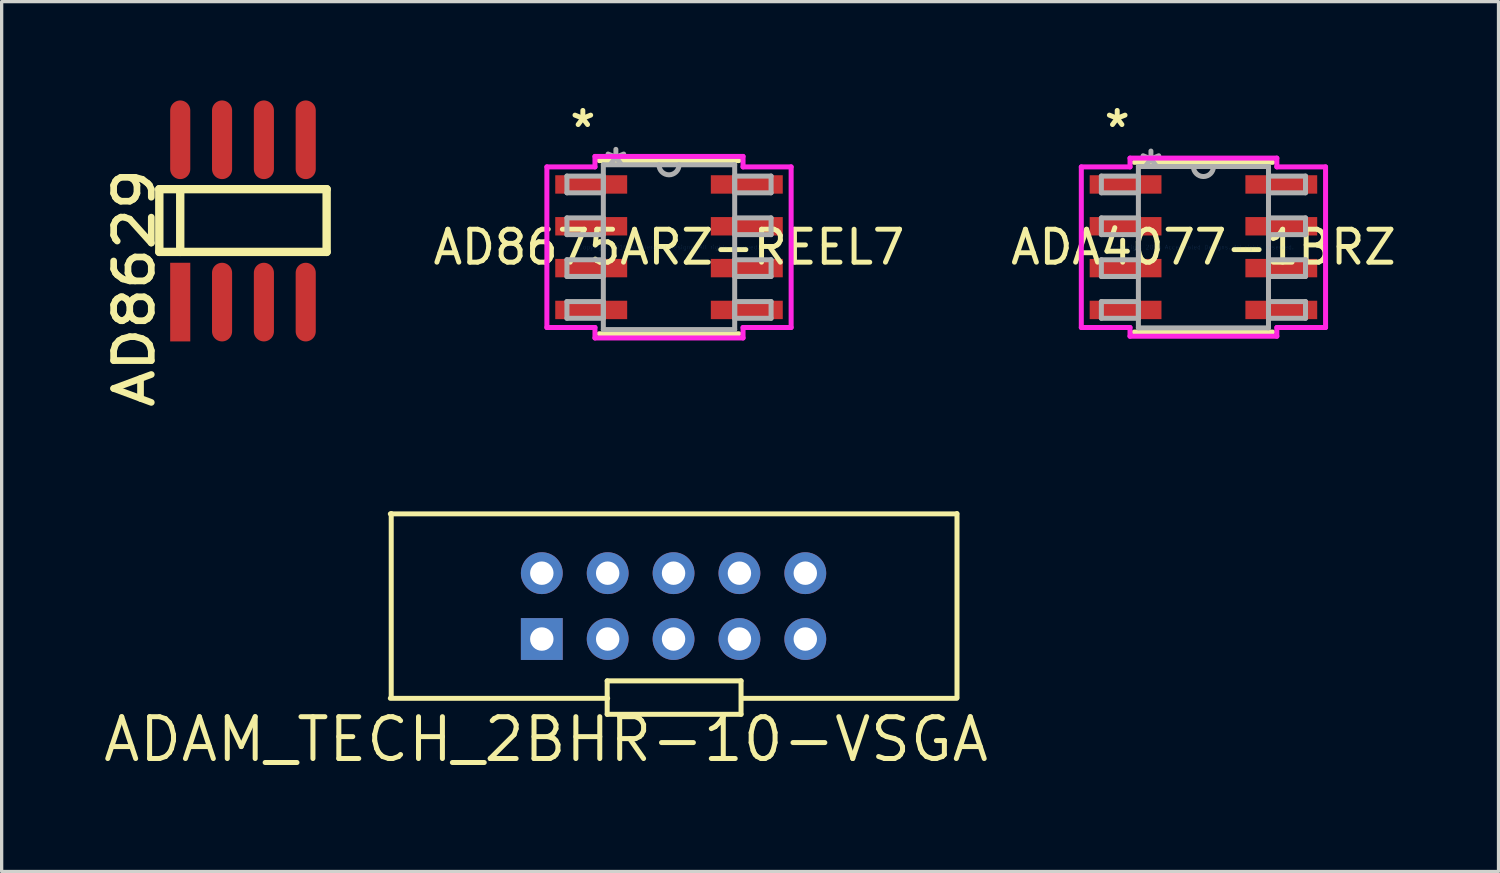
<source format=kicad_pcb>
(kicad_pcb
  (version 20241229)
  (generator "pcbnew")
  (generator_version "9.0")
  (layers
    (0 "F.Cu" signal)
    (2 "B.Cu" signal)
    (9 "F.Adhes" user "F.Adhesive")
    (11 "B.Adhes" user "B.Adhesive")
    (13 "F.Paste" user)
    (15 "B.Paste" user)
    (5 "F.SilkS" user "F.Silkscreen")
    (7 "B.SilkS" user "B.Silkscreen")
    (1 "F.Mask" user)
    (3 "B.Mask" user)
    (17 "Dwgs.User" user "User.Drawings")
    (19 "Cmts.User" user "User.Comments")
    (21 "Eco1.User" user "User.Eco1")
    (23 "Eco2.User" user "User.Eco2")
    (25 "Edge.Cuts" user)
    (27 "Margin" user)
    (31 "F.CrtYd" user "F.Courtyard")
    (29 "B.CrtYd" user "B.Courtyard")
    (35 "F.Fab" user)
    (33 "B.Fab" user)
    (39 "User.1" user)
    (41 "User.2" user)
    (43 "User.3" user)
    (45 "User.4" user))
  (footprint "AD8675ARZ-REEL7"
    (layer "F.Cu")
    (at 17.262 4.455)
    (property "Reference" "AD8675ARZ-REEL7" (at 0 0 0) (layer "F.SilkS") (effects (font (size 1 1) (thickness 0.15))))
    (attr through_hole)
    (fp_line (start -2.121 2.629) (end 2.121 2.629) (stroke (width 0.152) (type solid)) (layer "F.SilkS"))
    (fp_line (start 2.121 -2.629) (end -2.121 -2.629) (stroke (width 0.152) (type solid)) (layer "F.SilkS"))
    (fp_line (start -3.708 -2.438) (end -2.248 -2.438) (stroke (width 0.152) (type solid)) (layer "F.CrtYd"))
    (fp_line (start -3.708 2.438) (end -3.708 -2.438) (stroke (width 0.152) (type solid)) (layer "F.CrtYd"))
    (fp_line (start -2.248 -2.756) (end 2.248 -2.756) (stroke (width 0.152) (type solid)) (layer "F.CrtYd"))
    (fp_line (start -2.248 -2.438) (end -2.248 -2.756) (stroke (width 0.152) (type solid)) (layer "F.CrtYd"))
    (fp_line (start -2.248 2.438) (end -3.708 2.438) (stroke (width 0.152) (type solid)) (layer "F.CrtYd"))
    (fp_line (start -2.248 2.756) (end -2.248 2.438) (stroke (width 0.152) (type solid)) (layer "F.CrtYd"))
    (fp_line (start 2.248 -2.756) (end 2.248 -2.438) (stroke (width 0.152) (type solid)) (layer "F.CrtYd"))
    (fp_line (start 2.248 -2.438) (end 3.708 -2.438) (stroke (width 0.152) (type solid)) (layer "F.CrtYd"))
    (fp_line (start 2.248 2.438) (end 2.248 2.756) (stroke (width 0.152) (type solid)) (layer "F.CrtYd"))
    (fp_line (start 2.248 2.756) (end -2.248 2.756) (stroke (width 0.152) (type solid)) (layer "F.CrtYd"))
    (fp_line (start 3.708 -2.438) (end 3.708 2.438) (stroke (width 0.152) (type solid)) (layer "F.CrtYd"))
    (fp_line (start 3.708 2.438) (end 2.248 2.438) (stroke (width 0.152) (type solid)) (layer "F.CrtYd"))
    (fp_line (start -3.099 -2.159) (end -3.099 -1.651) (stroke (width 0.152) (type solid)) (layer "F.Fab"))
    (fp_line (start -3.099 -1.651) (end -1.994 -1.651) (stroke (width 0.152) (type solid)) (layer "F.Fab"))
    (fp_line (start -3.099 -0.889) (end -3.099 -0.381) (stroke (width 0.152) (type solid)) (layer "F.Fab"))
    (fp_line (start -3.099 -0.381) (end -1.994 -0.381) (stroke (width 0.152) (type solid)) (layer "F.Fab"))
    (fp_line (start -3.099 0.381) (end -3.099 0.889) (stroke (width 0.152) (type solid)) (layer "F.Fab"))
    (fp_line (start -3.099 0.889) (end -1.994 0.889) (stroke (width 0.152) (type solid)) (layer "F.Fab"))
    (fp_line (start -3.099 1.651) (end -3.099 2.159) (stroke (width 0.152) (type solid)) (layer "F.Fab"))
    (fp_line (start -3.099 2.159) (end -1.994 2.159) (stroke (width 0.152) (type solid)) (layer "F.Fab"))
    (fp_line (start -1.994 -2.502) (end -1.994 2.502) (stroke (width 0.152) (type solid)) (layer "F.Fab"))
    (fp_line (start -1.994 -2.159) (end -3.099 -2.159) (stroke (width 0.152) (type solid)) (layer "F.Fab"))
    (fp_line (start -1.994 -1.651) (end -1.994 -2.159) (stroke (width 0.152) (type solid)) (layer "F.Fab"))
    (fp_line (start -1.994 -0.889) (end -3.099 -0.889) (stroke (width 0.152) (type solid)) (layer "F.Fab"))
    (fp_line (start -1.994 -0.381) (end -1.994 -0.889) (stroke (width 0.152) (type solid)) (layer "F.Fab"))
    (fp_line (start -1.994 0.381) (end -3.099 0.381) (stroke (width 0.152) (type solid)) (layer "F.Fab"))
    (fp_line (start -1.994 0.889) (end -1.994 0.381) (stroke (width 0.152) (type solid)) (layer "F.Fab"))
    (fp_line (start -1.994 1.651) (end -3.099 1.651) (stroke (width 0.152) (type solid)) (layer "F.Fab"))
    (fp_line (start -1.994 2.159) (end -1.994 1.651) (stroke (width 0.152) (type solid)) (layer "F.Fab"))
    (fp_line (start -1.994 2.502) (end 1.994 2.502) (stroke (width 0.152) (type solid)) (layer "F.Fab"))
    (fp_line (start 1.994 -2.502) (end -1.994 -2.502) (stroke (width 0.152) (type solid)) (layer "F.Fab"))
    (fp_line (start 1.994 -2.159) (end 1.994 -1.651) (stroke (width 0.152) (type solid)) (layer "F.Fab"))
    (fp_line (start 1.994 -1.651) (end 3.099 -1.651) (stroke (width 0.152) (type solid)) (layer "F.Fab"))
    (fp_line (start 1.994 -0.889) (end 1.994 -0.381) (stroke (width 0.152) (type solid)) (layer "F.Fab"))
    (fp_line (start 1.994 -0.381) (end 3.099 -0.381) (stroke (width 0.152) (type solid)) (layer "F.Fab"))
    (fp_line (start 1.994 0.381) (end 1.994 0.889) (stroke (width 0.152) (type solid)) (layer "F.Fab"))
    (fp_line (start 1.994 0.889) (end 3.099 0.889) (stroke (width 0.152) (type solid)) (layer "F.Fab"))
    (fp_line (start 1.994 1.651) (end 1.994 2.159) (stroke (width 0.152) (type solid)) (layer "F.Fab"))
    (fp_line (start 1.994 2.159) (end 3.099 2.159) (stroke (width 0.152) (type solid)) (layer "F.Fab"))
    (fp_line (start 1.994 2.502) (end 1.994 -2.502) (stroke (width 0.152) (type solid)) (layer "F.Fab"))
    (fp_line (start 3.099 -2.159) (end 1.994 -2.159) (stroke (width 0.152) (type solid)) (layer "F.Fab"))
    (fp_line (start 3.099 -1.651) (end 3.099 -2.159) (stroke (width 0.152) (type solid)) (layer "F.Fab"))
    (fp_line (start 3.099 -0.889) (end 1.994 -0.889) (stroke (width 0.152) (type solid)) (layer "F.Fab"))
    (fp_line (start 3.099 -0.381) (end 3.099 -0.889) (stroke (width 0.152) (type solid)) (layer "F.Fab"))
    (fp_line (start 3.099 0.381) (end 1.994 0.381) (stroke (width 0.152) (type solid)) (layer "F.Fab"))
    (fp_line (start 3.099 0.889) (end 3.099 0.381) (stroke (width 0.152) (type solid)) (layer "F.Fab"))
    (fp_line (start 3.099 1.651) (end 1.994 1.651) (stroke (width 0.152) (type solid)) (layer "F.Fab"))
    (fp_line (start 3.099 2.159) (end 3.099 1.651) (stroke (width 0.152) (type solid)) (layer "F.Fab"))
    (fp_arc (start 0.3048 -2.5019) (mid 0 -2.1971) (end -0.3048 -2.5019) (stroke (width 0.1524) (type solid)) (layer "F.Fab"))
    (fp_text user "*" (at -2.616 -3.607 0) (layer "F.SilkS") (effects (font (size 1 1) (thickness 0.15))))
    (fp_text user "Copyright 2016 Accelerated Designs. All rights reserved." (at 0 0 0) (layer "Cmts.User") (effects (font (size 0.127 0.127) (thickness 0.002))))
    (fp_text user "*" (at -1.613 -2.426 0) (layer "F.Fab") (effects (font (size 1 1) (thickness 0.15))))
    (pad "1" smd rect (at -2.362 -1.905) (size 2.184 0.559) (layers "F.Cu" "F.Mask" "F.Paste"))
    (pad "2" smd rect (at -2.362 -0.635) (size 2.184 0.559) (layers "F.Cu" "F.Mask" "F.Paste"))
    (pad "3" smd rect (at -2.362 0.635) (size 2.184 0.559) (layers "F.Cu" "F.Mask" "F.Paste"))
    (pad "4" smd rect (at -2.362 1.905) (size 2.184 0.559) (layers "F.Cu" "F.Mask" "F.Paste"))
    (pad "5" smd rect (at 2.362 1.905) (size 2.184 0.559) (layers "F.Cu" "F.Mask" "F.Paste"))
    (pad "6" smd rect (at 2.362 0.635) (size 2.184 0.559) (layers "F.Cu" "F.Mask" "F.Paste"))
    (pad "7" smd rect (at 2.362 -0.635) (size 2.184 0.559) (layers "F.Cu" "F.Mask" "F.Paste"))
    (pad "8" smd rect (at 2.362 -1.905) (size 2.184 0.559) (layers "F.Cu" "F.Mask" "F.Paste")))
  (footprint "ADA4077-1BRZ"
    (layer "F.Cu")
    (at 33.488 4.455)
    (property "Reference" "ADA4077-1BRZ" (at 0 0 0) (layer "F.SilkS") (effects (font (size 1 1) (thickness 0.15))))
    (attr through_hole)
    (fp_line (start -2.102 2.577) (end 2.102 2.577) (stroke (width 0.152) (type solid)) (layer "F.SilkS"))
    (fp_line (start 2.102 -2.577) (end -2.102 -2.577) (stroke (width 0.152) (type solid)) (layer "F.SilkS"))
    (fp_line (start -3.708 -2.438) (end -2.229 -2.438) (stroke (width 0.152) (type solid)) (layer "F.CrtYd"))
    (fp_line (start -3.708 2.438) (end -3.708 -2.438) (stroke (width 0.152) (type solid)) (layer "F.CrtYd"))
    (fp_line (start -2.229 -2.704) (end 2.229 -2.704) (stroke (width 0.152) (type solid)) (layer "F.CrtYd"))
    (fp_line (start -2.229 -2.438) (end -2.229 -2.704) (stroke (width 0.152) (type solid)) (layer "F.CrtYd"))
    (fp_line (start -2.229 2.438) (end -3.708 2.438) (stroke (width 0.152) (type solid)) (layer "F.CrtYd"))
    (fp_line (start -2.229 2.704) (end -2.229 2.438) (stroke (width 0.152) (type solid)) (layer "F.CrtYd"))
    (fp_line (start 2.229 -2.704) (end 2.229 -2.438) (stroke (width 0.152) (type solid)) (layer "F.CrtYd"))
    (fp_line (start 2.229 -2.438) (end 3.708 -2.438) (stroke (width 0.152) (type solid)) (layer "F.CrtYd"))
    (fp_line (start 2.229 2.438) (end 2.229 2.704) (stroke (width 0.152) (type solid)) (layer "F.CrtYd"))
    (fp_line (start 2.229 2.704) (end -2.229 2.704) (stroke (width 0.152) (type solid)) (layer "F.CrtYd"))
    (fp_line (start 3.708 -2.438) (end 3.708 2.438) (stroke (width 0.152) (type solid)) (layer "F.CrtYd"))
    (fp_line (start 3.708 2.438) (end 2.229 2.438) (stroke (width 0.152) (type solid)) (layer "F.CrtYd"))
    (fp_line (start -3.099 -2.159) (end -3.099 -1.651) (stroke (width 0.152) (type solid)) (layer "F.Fab"))
    (fp_line (start -3.099 -1.651) (end -1.975 -1.651) (stroke (width 0.152) (type solid)) (layer "F.Fab"))
    (fp_line (start -3.099 -0.889) (end -3.099 -0.381) (stroke (width 0.152) (type solid)) (layer "F.Fab"))
    (fp_line (start -3.099 -0.381) (end -1.975 -0.381) (stroke (width 0.152) (type solid)) (layer "F.Fab"))
    (fp_line (start -3.099 0.381) (end -3.099 0.889) (stroke (width 0.152) (type solid)) (layer "F.Fab"))
    (fp_line (start -3.099 0.889) (end -1.975 0.889) (stroke (width 0.152) (type solid)) (layer "F.Fab"))
    (fp_line (start -3.099 1.651) (end -3.099 2.159) (stroke (width 0.152) (type solid)) (layer "F.Fab"))
    (fp_line (start -3.099 2.159) (end -1.975 2.159) (stroke (width 0.152) (type solid)) (layer "F.Fab"))
    (fp_line (start -1.975 -2.45) (end -1.975 2.45) (stroke (width 0.152) (type solid)) (layer "F.Fab"))
    (fp_line (start -1.975 -2.159) (end -3.099 -2.159) (stroke (width 0.152) (type solid)) (layer "F.Fab"))
    (fp_line (start -1.975 -1.651) (end -1.975 -2.159) (stroke (width 0.152) (type solid)) (layer "F.Fab"))
    (fp_line (start -1.975 -0.889) (end -3.099 -0.889) (stroke (width 0.152) (type solid)) (layer "F.Fab"))
    (fp_line (start -1.975 -0.381) (end -1.975 -0.889) (stroke (width 0.152) (type solid)) (layer "F.Fab"))
    (fp_line (start -1.975 0.381) (end -3.099 0.381) (stroke (width 0.152) (type solid)) (layer "F.Fab"))
    (fp_line (start -1.975 0.889) (end -1.975 0.381) (stroke (width 0.152) (type solid)) (layer "F.Fab"))
    (fp_line (start -1.975 1.651) (end -3.099 1.651) (stroke (width 0.152) (type solid)) (layer "F.Fab"))
    (fp_line (start -1.975 2.159) (end -1.975 1.651) (stroke (width 0.152) (type solid)) (layer "F.Fab"))
    (fp_line (start -1.975 2.45) (end 1.975 2.45) (stroke (width 0.152) (type solid)) (layer "F.Fab"))
    (fp_line (start 1.975 -2.45) (end -1.975 -2.45) (stroke (width 0.152) (type solid)) (layer "F.Fab"))
    (fp_line (start 1.975 -2.159) (end 1.975 -1.651) (stroke (width 0.152) (type solid)) (layer "F.Fab"))
    (fp_line (start 1.975 -1.651) (end 3.099 -1.651) (stroke (width 0.152) (type solid)) (layer "F.Fab"))
    (fp_line (start 1.975 -0.889) (end 1.975 -0.381) (stroke (width 0.152) (type solid)) (layer "F.Fab"))
    (fp_line (start 1.975 -0.381) (end 3.099 -0.381) (stroke (width 0.152) (type solid)) (layer "F.Fab"))
    (fp_line (start 1.975 0.381) (end 1.975 0.889) (stroke (width 0.152) (type solid)) (layer "F.Fab"))
    (fp_line (start 1.975 0.889) (end 3.099 0.889) (stroke (width 0.152) (type solid)) (layer "F.Fab"))
    (fp_line (start 1.975 1.651) (end 1.975 2.159) (stroke (width 0.152) (type solid)) (layer "F.Fab"))
    (fp_line (start 1.975 2.159) (end 3.099 2.159) (stroke (width 0.152) (type solid)) (layer "F.Fab"))
    (fp_line (start 1.975 2.45) (end 1.975 -2.45) (stroke (width 0.152) (type solid)) (layer "F.Fab"))
    (fp_line (start 3.099 -2.159) (end 1.975 -2.159) (stroke (width 0.152) (type solid)) (layer "F.Fab"))
    (fp_line (start 3.099 -1.651) (end 3.099 -2.159) (stroke (width 0.152) (type solid)) (layer "F.Fab"))
    (fp_line (start 3.099 -0.889) (end 1.975 -0.889) (stroke (width 0.152) (type solid)) (layer "F.Fab"))
    (fp_line (start 3.099 -0.381) (end 3.099 -0.889) (stroke (width 0.152) (type solid)) (layer "F.Fab"))
    (fp_line (start 3.099 0.381) (end 1.975 0.381) (stroke (width 0.152) (type solid)) (layer "F.Fab"))
    (fp_line (start 3.099 0.889) (end 3.099 0.381) (stroke (width 0.152) (type solid)) (layer "F.Fab"))
    (fp_line (start 3.099 1.651) (end 1.975 1.651) (stroke (width 0.152) (type solid)) (layer "F.Fab"))
    (fp_line (start 3.099 2.159) (end 3.099 1.651) (stroke (width 0.152) (type solid)) (layer "F.Fab"))
    (fp_arc (start 0.3048 -2.45) (mid 0 -2.1452) (end -0.3048 -2.45) (stroke (width 0.1524) (type solid)) (layer "F.Fab"))
    (fp_text user "*" (at -2.618 -3.607 0) (layer "F.SilkS") (effects (font (size 1 1) (thickness 0.15))))
    (fp_text user "Copyright 2016 Accelerated Designs. All rights reserved." (at 0 0 0) (layer "Cmts.User") (effects (font (size 0.127 0.127) (thickness 0.002))))
    (fp_text user "*" (at -1.594 -2.374 0) (layer "F.Fab") (effects (font (size 1 1) (thickness 0.15))))
    (pad "1" smd rect (at -2.364 -1.905) (size 2.18 0.559) (layers "F.Cu" "F.Mask" "F.Paste"))
    (pad "2" smd rect (at -2.364 -0.635) (size 2.18 0.559) (layers "F.Cu" "F.Mask" "F.Paste"))
    (pad "3" smd rect (at -2.364 0.635) (size 2.18 0.559) (layers "F.Cu" "F.Mask" "F.Paste"))
    (pad "4" smd rect (at -2.364 1.905) (size 2.18 0.559) (layers "F.Cu" "F.Mask" "F.Paste"))
    (pad "5" smd rect (at 2.364 1.905) (size 2.18 0.559) (layers "F.Cu" "F.Mask" "F.Paste"))
    (pad "6" smd rect (at 2.364 0.635) (size 2.18 0.559) (layers "F.Cu" "F.Mask" "F.Paste"))
    (pad "7" smd rect (at 2.364 -0.635) (size 2.18 0.559) (layers "F.Cu" "F.Mask" "F.Paste"))
    (pad "8" smd rect (at 2.364 -1.905) (size 2.18 0.559) (layers "F.Cu" "F.Mask" "F.Paste")))
  (footprint "ADAM_TECH_2BHR-10-VSGA"
    (layer "F.Cu")
    (at 13.4 16.352)
    (property "Reference" "ADAM_TECH_2BHR-10-VSGA" (at 0.127 3.048 0) (layer "F.SilkS") (effects (font (size 1.27 1.27) (thickness 0.152))))
    (attr through_hole)
    (fp_line (start -4.6 1.8) (end 2 1.8) (stroke (width 0.15) (type solid)) (layer "F.SilkS"))
    (fp_line (start -4.572 -3.81) (end -4.572 1.778) (stroke (width 0.152) (type solid)) (layer "F.SilkS"))
    (fp_line (start 1.985 1.27) (end 1.985 2.286) (stroke (width 0.152) (type solid)) (layer "F.SilkS"))
    (fp_line (start 1.985 1.27) (end 6.049 1.27) (stroke (width 0.152) (type solid)) (layer "F.SilkS"))
    (fp_line (start 6.049 1.27) (end 6.049 2.286) (stroke (width 0.152) (type solid)) (layer "F.SilkS"))
    (fp_line (start 6.049 2.286) (end 1.985 2.286) (stroke (width 0.152) (type solid)) (layer "F.SilkS"))
    (fp_line (start 6.1 1.8) (end 12.6 1.8) (stroke (width 0.15) (type solid)) (layer "F.SilkS"))
    (fp_line (start 12.6 -3.8) (end -4.6 -3.8) (stroke (width 0.15) (type solid)) (layer "F.SilkS"))
    (fp_line (start 12.606 -3.81) (end 12.606 1.778) (stroke (width 0.152) (type solid)) (layer "F.SilkS"))
    (pad "1" thru_hole rect (at 0 0) (size 1.27 1.27) (drill 0.711) (layers "*.Cu" "*.Mask" "Eco1.User"))
    (pad "2" thru_hole circle (at 0 -2) (size 1.27 1.27) (drill 0.711) (layers "*.Cu" "*.Mask" "Eco1.User"))
    (pad "3" thru_hole circle (at 2 0) (size 1.27 1.27) (drill 0.711) (layers "*.Cu" "*.Mask" "Eco1.User"))
    (pad "4" thru_hole circle (at 2 -2) (size 1.27 1.27) (drill 0.711) (layers "*.Cu" "*.Mask" "Eco1.User"))
    (pad "5" thru_hole circle (at 4 0) (size 1.27 1.27) (drill 0.711) (layers "*.Cu" "*.Mask" "Eco1.User"))
    (pad "6" thru_hole circle (at 4 -2) (size 1.27 1.27) (drill 0.711) (layers "*.Cu" "*.Mask" "Eco1.User"))
    (pad "7" thru_hole circle (at 6 0) (size 1.27 1.27) (drill 0.711) (layers "*.Cu" "*.Mask" "Eco1.User"))
    (pad "8" thru_hole circle (at 6 -2) (size 1.27 1.27) (drill 0.711) (layers "*.Cu" "*.Mask" "Eco1.User"))
    (pad "9" thru_hole circle (at 8 0) (size 1.27 1.27) (drill 0.711) (layers "*.Cu" "*.Mask" "Eco1.User"))
    (pad "10" thru_hole circle (at 8 -2) (size 1.27 1.27) (drill 0.711) (layers "*.Cu" "*.Mask" "Eco1.User")))
  (footprint "AD8629"
    (layer "F.Cu")
    (at 4.327 3.658)
    (property "Reference" "AD8629" (at -3.302 2.032 90) (layer "F.SilkS") (effects (font (size 1.143 1.27) (thickness 0.203))))
    (attr smd)
    (fp_line (start -2.54 -0.965) (end -2.54 0.94) (stroke (width 0.254) (type solid)) (layer "F.SilkS"))
    (fp_line (start -2.54 0.94) (end 2.54 0.94) (stroke (width 0.254) (type solid)) (layer "F.SilkS"))
    (fp_line (start -1.905 -0.965) (end -1.905 0.94) (stroke (width 0.254) (type solid)) (layer "F.SilkS"))
    (fp_line (start 2.54 -0.965) (end -2.54 -0.965) (stroke (width 0.254) (type solid)) (layer "F.SilkS"))
    (fp_line (start 2.54 0.94) (end 2.54 -0.965) (stroke (width 0.254) (type solid)) (layer "F.SilkS"))
    (fp_line (start -2.54 -0.965) (end -2.54 0.94) (stroke (width 0.254) (type solid)) (layer "Eco1.User"))
    (fp_line (start -2.54 0.94) (end 2.54 0.94) (stroke (width 0.254) (type solid)) (layer "Eco1.User"))
    (fp_line (start -1.905 0.94) (end -1.905 -0.965) (stroke (width 0.254) (type solid)) (layer "Eco1.User"))
    (fp_line (start 2.54 -0.965) (end -2.54 -0.965) (stroke (width 0.254) (type solid)) (layer "Eco1.User"))
    (fp_line (start 2.54 0.94) (end 2.54 -0.965) (stroke (width 0.254) (type solid)) (layer "Eco1.User"))
    (pad "1" smd rect (at -1.905 2.464 90) (size 2.388 0.61) (layers "F.Cu" "F.Mask" "F.Paste" "Eco1.User"))
    (pad "2" smd oval (at -0.635 2.464 90) (size 2.388 0.61) (layers "F.Cu" "F.Mask" "F.Paste" "Eco1.User"))
    (pad "3" smd oval (at 0.635 2.464 90) (size 2.388 0.61) (layers "F.Cu" "F.Mask" "F.Paste" "Eco1.User"))
    (pad "4" smd oval (at 1.905 2.464 90) (size 2.388 0.61) (layers "F.Cu" "F.Mask" "F.Paste" "Eco1.User"))
    (pad "5" smd oval (at 1.905 -2.464 90) (size 2.388 0.61) (layers "F.Cu" "F.Mask" "F.Paste" "Eco1.User"))
    (pad "6" smd oval (at 0.635 -2.464 90) (size 2.388 0.61) (layers "F.Cu" "F.Mask" "F.Paste" "Eco1.User"))
    (pad "7" smd oval (at -0.635 -2.464 90) (size 2.388 0.61) (layers "F.Cu" "F.Mask" "F.Paste" "Eco1.User"))
    (pad "8" smd oval (at -1.905 -2.464 90) (size 2.388 0.61) (layers "F.Cu" "F.Mask" "F.Paste" "Eco1.User")))
  (gr_rect
    (start -3 -3)
    (end 42.447 23.41)
    (stroke (width 0.1) (type default))
    (fill no)
    (layer "Edge.Cuts")))
</source>
